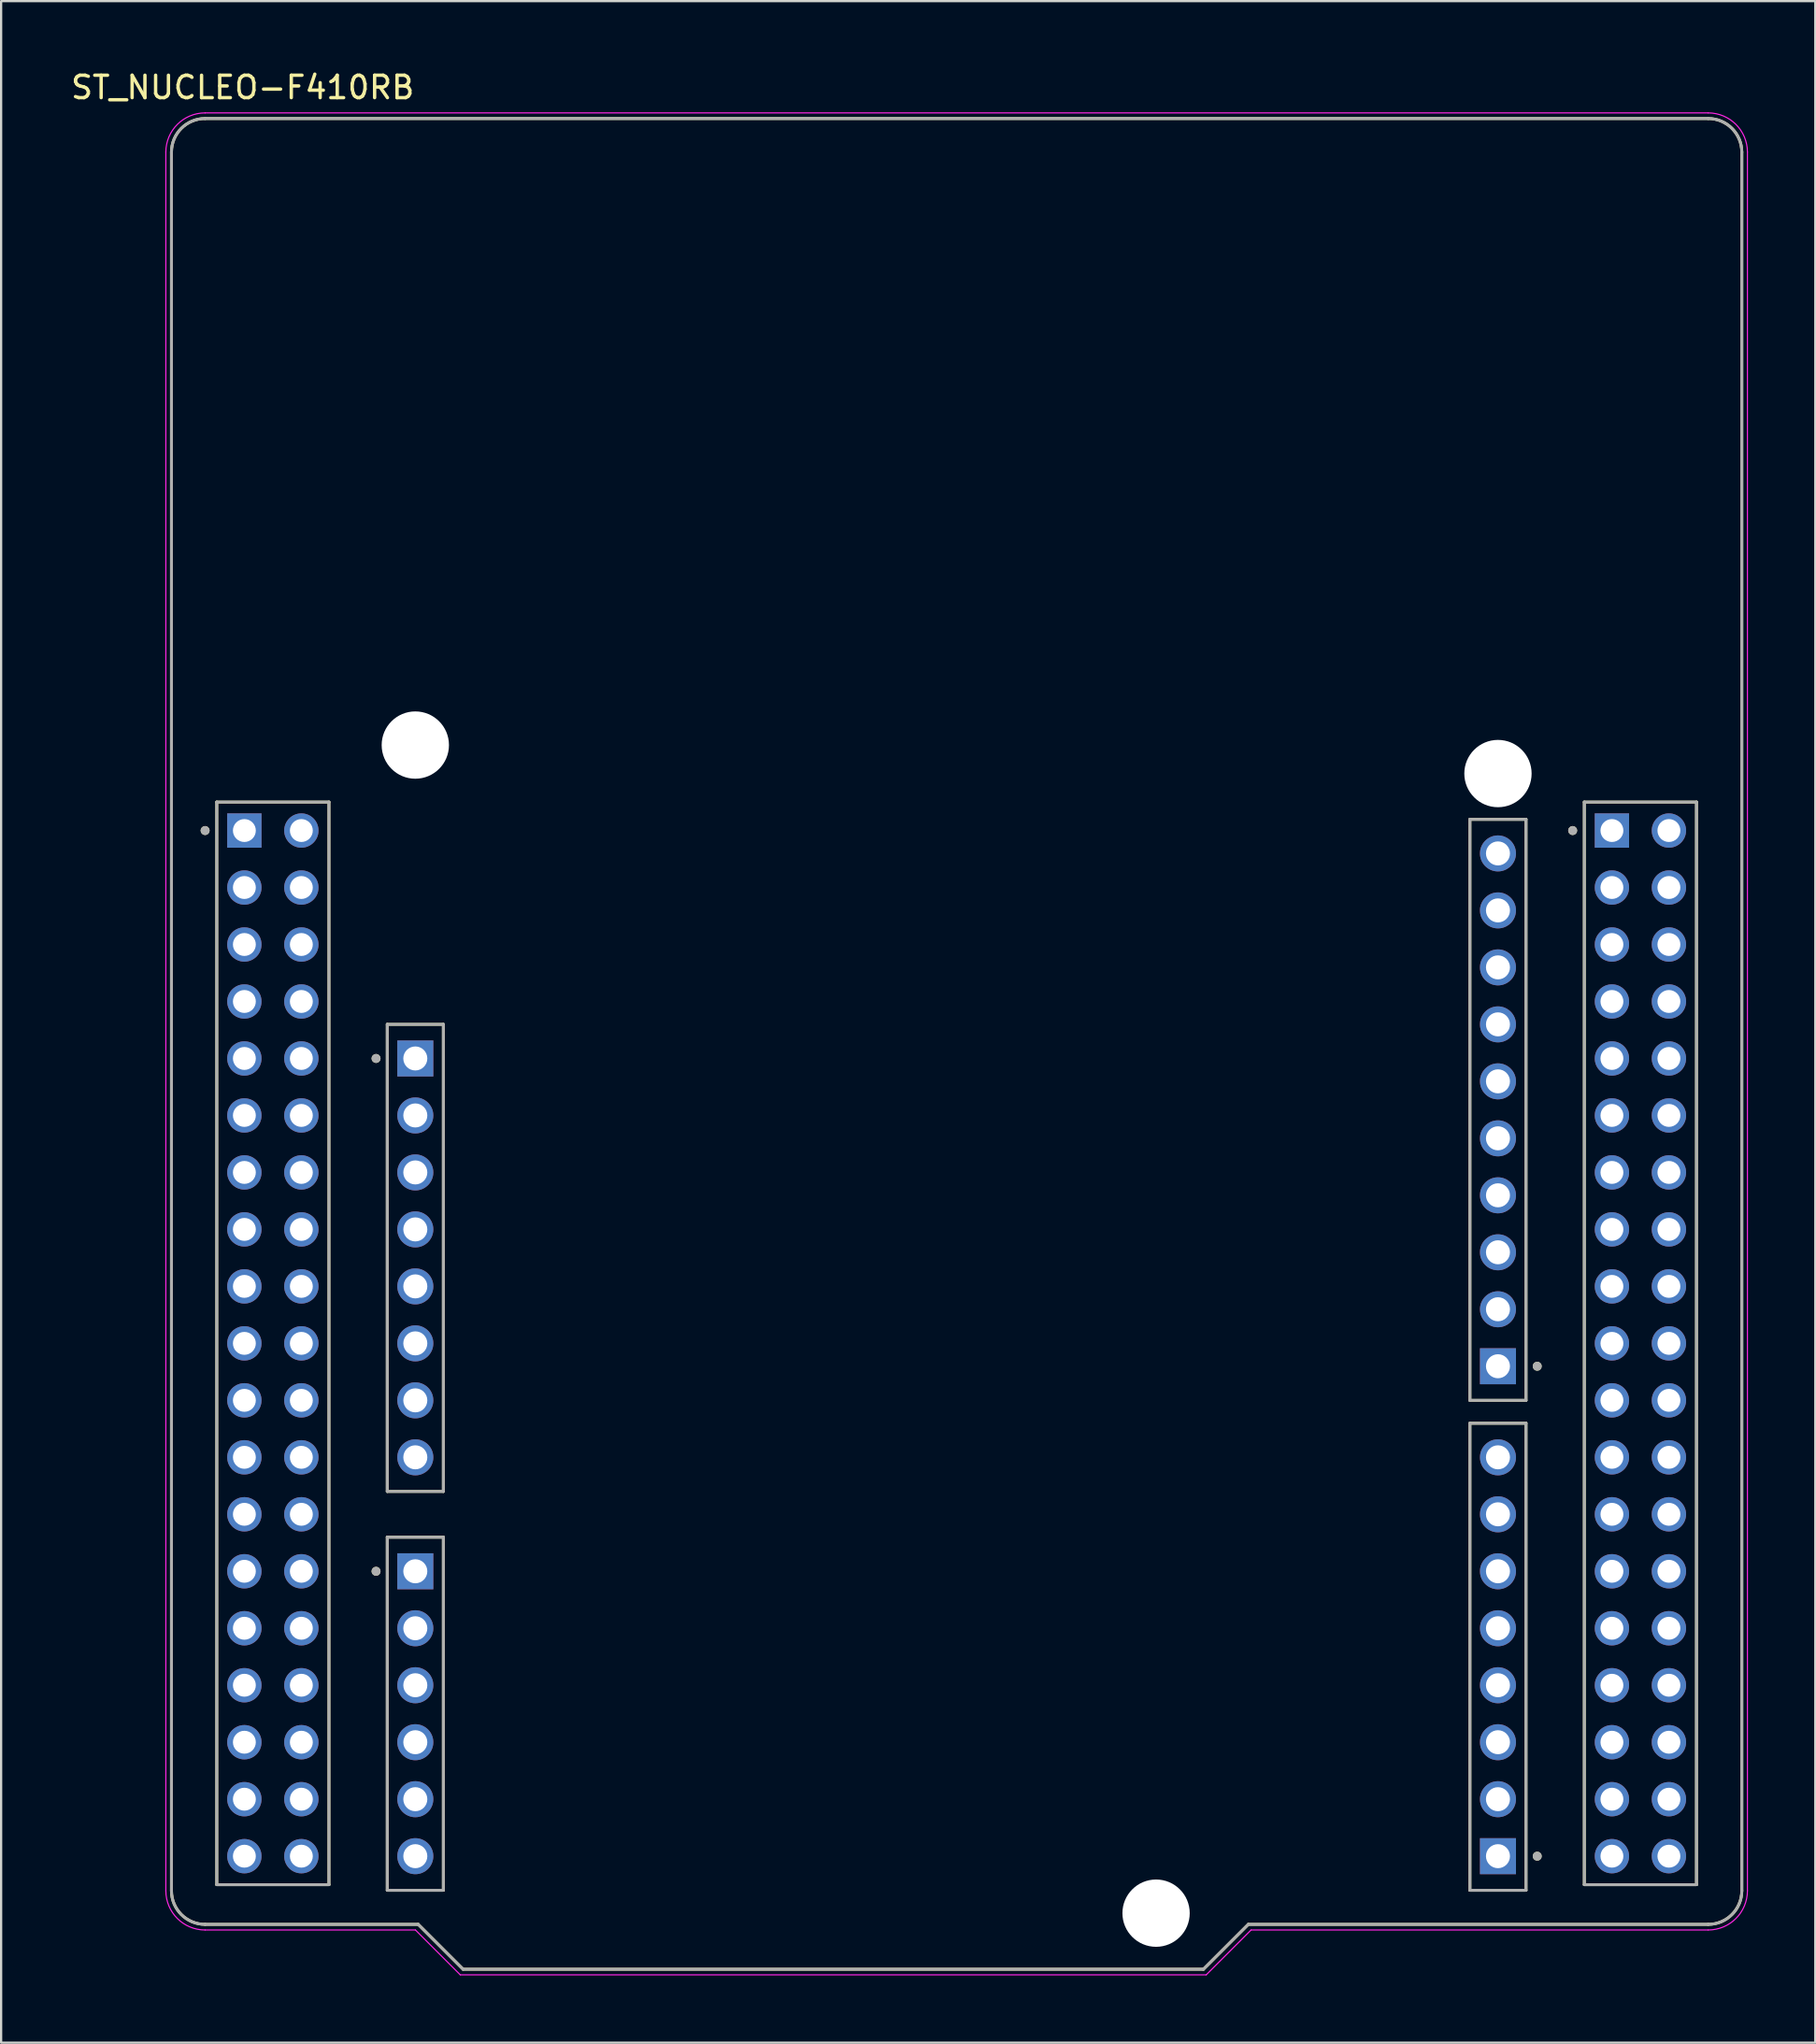
<source format=kicad_pcb>
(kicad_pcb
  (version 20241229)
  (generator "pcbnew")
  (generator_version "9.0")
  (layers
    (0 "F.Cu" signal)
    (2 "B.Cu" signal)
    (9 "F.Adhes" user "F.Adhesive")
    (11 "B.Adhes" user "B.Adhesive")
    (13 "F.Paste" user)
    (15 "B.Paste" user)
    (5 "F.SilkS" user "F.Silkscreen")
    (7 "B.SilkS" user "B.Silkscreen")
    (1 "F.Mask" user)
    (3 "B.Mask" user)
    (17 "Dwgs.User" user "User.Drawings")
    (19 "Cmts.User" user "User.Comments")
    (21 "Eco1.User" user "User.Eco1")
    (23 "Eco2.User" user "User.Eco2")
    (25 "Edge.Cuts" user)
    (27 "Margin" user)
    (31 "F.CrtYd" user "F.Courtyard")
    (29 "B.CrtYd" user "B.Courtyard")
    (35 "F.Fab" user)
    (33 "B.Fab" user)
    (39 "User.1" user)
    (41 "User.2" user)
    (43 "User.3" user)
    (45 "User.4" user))
  (footprint "ST_NUCLEO-F410RB"
    (layer "F.Cu")
    (at 39.593 43.483)
    (property "Reference" "ST_NUCLEO-F410RB" (at -31.825 -42.635 0) (layer "F.SilkS") (effects (font (size 1 1) (thickness 0.15))))
    (attr through_hole)
    (fp_line (start -35 37.75) (end -35 -39.75) (stroke (width 0.127) (type solid)) (layer "F.SilkS"))
    (fp_line (start -33.5 -41.25) (end 33.5 -41.25) (stroke (width 0.127) (type solid)) (layer "F.SilkS"))
    (fp_line (start -32.98 -10.78) (end -32.98 37.48) (stroke (width 0.127) (type solid)) (layer "F.SilkS"))
    (fp_line (start -32.98 37.48) (end -27.98 37.48) (stroke (width 0.127) (type solid)) (layer "F.SilkS"))
    (fp_line (start -27.98 -10.78) (end -32.98 -10.78) (stroke (width 0.127) (type solid)) (layer "F.SilkS"))
    (fp_line (start -27.98 37.48) (end -27.98 -10.78) (stroke (width 0.127) (type solid)) (layer "F.SilkS"))
    (fp_line (start -25.38 -0.87) (end -25.38 19.95) (stroke (width 0.127) (type solid)) (layer "F.SilkS"))
    (fp_line (start -25.38 19.95) (end -22.88 19.95) (stroke (width 0.127) (type solid)) (layer "F.SilkS"))
    (fp_line (start -25.38 21.99) (end -25.38 37.73) (stroke (width 0.127) (type solid)) (layer "F.SilkS"))
    (fp_line (start -25.38 37.73) (end -22.88 37.73) (stroke (width 0.127) (type solid)) (layer "F.SilkS"))
    (fp_line (start -24 39.25) (end -33.5 39.25) (stroke (width 0.127) (type solid)) (layer "F.SilkS"))
    (fp_line (start -22.88 -0.87) (end -25.38 -0.87) (stroke (width 0.127) (type solid)) (layer "F.SilkS"))
    (fp_line (start -22.88 19.95) (end -22.88 -0.87) (stroke (width 0.127) (type solid)) (layer "F.SilkS"))
    (fp_line (start -22.88 21.99) (end -25.38 21.99) (stroke (width 0.127) (type solid)) (layer "F.SilkS"))
    (fp_line (start -22.88 37.73) (end -22.88 21.99) (stroke (width 0.127) (type solid)) (layer "F.SilkS"))
    (fp_line (start -22 41.25) (end -24 39.25) (stroke (width 0.127) (type solid)) (layer "F.SilkS"))
    (fp_line (start 11 41.25) (end -22 41.25) (stroke (width 0.127) (type solid)) (layer "F.SilkS"))
    (fp_line (start 13 39.25) (end 11 41.25) (stroke (width 0.127) (type solid)) (layer "F.SilkS"))
    (fp_line (start 22.88 -10.01) (end 22.88 15.89) (stroke (width 0.127) (type solid)) (layer "F.SilkS"))
    (fp_line (start 22.88 15.89) (end 25.38 15.89) (stroke (width 0.127) (type solid)) (layer "F.SilkS"))
    (fp_line (start 22.88 16.91) (end 22.88 37.73) (stroke (width 0.127) (type solid)) (layer "F.SilkS"))
    (fp_line (start 22.88 37.73) (end 25.38 37.73) (stroke (width 0.127) (type solid)) (layer "F.SilkS"))
    (fp_line (start 25.38 -10.01) (end 22.88 -10.01) (stroke (width 0.127) (type solid)) (layer "F.SilkS"))
    (fp_line (start 25.38 15.89) (end 25.38 -10.01) (stroke (width 0.127) (type solid)) (layer "F.SilkS"))
    (fp_line (start 25.38 16.91) (end 22.88 16.91) (stroke (width 0.127) (type solid)) (layer "F.SilkS"))
    (fp_line (start 25.38 37.73) (end 25.38 16.91) (stroke (width 0.127) (type solid)) (layer "F.SilkS"))
    (fp_line (start 27.98 -10.78) (end 27.98 37.48) (stroke (width 0.127) (type solid)) (layer "F.SilkS"))
    (fp_line (start 27.98 37.48) (end 32.98 37.48) (stroke (width 0.127) (type solid)) (layer "F.SilkS"))
    (fp_line (start 32.98 -10.78) (end 27.98 -10.78) (stroke (width 0.127) (type solid)) (layer "F.SilkS"))
    (fp_line (start 32.98 37.48) (end 32.98 -10.78) (stroke (width 0.127) (type solid)) (layer "F.SilkS"))
    (fp_line (start 33.5 39.25) (end 13 39.25) (stroke (width 0.127) (type solid)) (layer "F.SilkS"))
    (fp_line (start 35 -39.75) (end 35 37.75) (stroke (width 0.127) (type solid)) (layer "F.SilkS"))
    (fp_arc (start -35 -39.75) (mid -34.56066 -40.81066) (end -33.5 -41.25) (stroke (width 0.127) (type solid)) (layer "F.SilkS"))
    (fp_arc (start -33.5 39.25) (mid -34.56066 38.81066) (end -35 37.75) (stroke (width 0.127) (type solid)) (layer "F.SilkS"))
    (fp_arc (start 33.5 -41.25) (mid 34.56066 -40.81066) (end 35 -39.75) (stroke (width 0.127) (type solid)) (layer "F.SilkS"))
    (fp_arc (start 35 37.75) (mid 34.56066 38.81066) (end 33.5 39.25) (stroke (width 0.127) (type solid)) (layer "F.SilkS"))
    (fp_circle (center -33.5 -9.51) (end -33.4 -9.51) (stroke (width 0.2) (type solid)) (fill no) (layer "F.SilkS"))
    (fp_circle (center -25.88 0.65) (end -25.78 0.65) (stroke (width 0.2) (type solid)) (fill no) (layer "F.SilkS"))
    (fp_circle (center -25.88 23.51) (end -25.78 23.51) (stroke (width 0.2) (type solid)) (fill no) (layer "F.SilkS"))
    (fp_circle (center 25.88 14.37) (end 25.98 14.37) (stroke (width 0.2) (type solid)) (fill no) (layer "F.SilkS"))
    (fp_circle (center 25.88 36.21) (end 25.98 36.21) (stroke (width 0.2) (type solid)) (fill no) (layer "F.SilkS"))
    (fp_circle (center 27.46 -9.51) (end 27.56 -9.51) (stroke (width 0.2) (type solid)) (fill no) (layer "F.SilkS"))
    (fp_line (start -35.25 37.75) (end -35.25 -39.75) (stroke (width 0.05) (type solid)) (layer "F.CrtYd"))
    (fp_line (start -33.5 -41.5) (end 33.5 -41.5) (stroke (width 0.05) (type solid)) (layer "F.CrtYd"))
    (fp_line (start -24.125 39.5) (end -33.5 39.5) (stroke (width 0.05) (type solid)) (layer "F.CrtYd"))
    (fp_line (start -22.125 41.5) (end -24.125 39.5) (stroke (width 0.05) (type solid)) (layer "F.CrtYd"))
    (fp_line (start 11.125 41.5) (end -22.125 41.5) (stroke (width 0.05) (type solid)) (layer "F.CrtYd"))
    (fp_line (start 13.125 39.5) (end 11.125 41.5) (stroke (width 0.05) (type solid)) (layer "F.CrtYd"))
    (fp_line (start 33.5 39.5) (end 13.125 39.5) (stroke (width 0.05) (type solid)) (layer "F.CrtYd"))
    (fp_line (start 35.25 -39.75) (end 35.25 37.75) (stroke (width 0.05) (type solid)) (layer "F.CrtYd"))
    (fp_arc (start -35.25 -39.75) (mid -34.737437 -40.987437) (end -33.5 -41.5) (stroke (width 0.05) (type solid)) (layer "F.CrtYd"))
    (fp_arc (start -33.5 39.5) (mid -34.737437 38.987437) (end -35.25 37.75) (stroke (width 0.05) (type solid)) (layer "F.CrtYd"))
    (fp_arc (start 33.5 -41.5) (mid 34.737437 -40.987437) (end 35.25 -39.75) (stroke (width 0.05) (type solid)) (layer "F.CrtYd"))
    (fp_arc (start 35.25 37.75) (mid 34.737437 38.987437) (end 33.5 39.5) (stroke (width 0.05) (type solid)) (layer "F.CrtYd"))
    (fp_line (start -35 37.75) (end -35 -39.75) (stroke (width 0.127) (type solid)) (layer "F.Fab"))
    (fp_line (start -33.5 -41.25) (end 33.5 -41.25) (stroke (width 0.127) (type solid)) (layer "F.Fab"))
    (fp_line (start -32.98 -10.78) (end -32.98 37.48) (stroke (width 0.127) (type solid)) (layer "F.Fab"))
    (fp_line (start -32.98 37.48) (end -27.98 37.48) (stroke (width 0.127) (type solid)) (layer "F.Fab"))
    (fp_line (start -27.98 -10.78) (end -32.98 -10.78) (stroke (width 0.127) (type solid)) (layer "F.Fab"))
    (fp_line (start -27.98 37.48) (end -27.98 -10.78) (stroke (width 0.127) (type solid)) (layer "F.Fab"))
    (fp_line (start -25.38 -0.87) (end -25.38 19.95) (stroke (width 0.127) (type solid)) (layer "F.Fab"))
    (fp_line (start -25.38 19.95) (end -22.88 19.95) (stroke (width 0.127) (type solid)) (layer "F.Fab"))
    (fp_line (start -25.38 21.99) (end -25.38 37.73) (stroke (width 0.127) (type solid)) (layer "F.Fab"))
    (fp_line (start -25.38 37.73) (end -22.88 37.73) (stroke (width 0.127) (type solid)) (layer "F.Fab"))
    (fp_line (start -24 39.25) (end -33.5 39.25) (stroke (width 0.127) (type solid)) (layer "F.Fab"))
    (fp_line (start -22.88 -0.87) (end -25.38 -0.87) (stroke (width 0.127) (type solid)) (layer "F.Fab"))
    (fp_line (start -22.88 19.95) (end -22.88 -0.87) (stroke (width 0.127) (type solid)) (layer "F.Fab"))
    (fp_line (start -22.88 21.99) (end -25.38 21.99) (stroke (width 0.127) (type solid)) (layer "F.Fab"))
    (fp_line (start -22.88 37.73) (end -22.88 21.99) (stroke (width 0.127) (type solid)) (layer "F.Fab"))
    (fp_line (start -22 41.25) (end -24 39.25) (stroke (width 0.127) (type solid)) (layer "F.Fab"))
    (fp_line (start 11 41.25) (end -22 41.25) (stroke (width 0.127) (type solid)) (layer "F.Fab"))
    (fp_line (start 13 39.25) (end 11 41.25) (stroke (width 0.127) (type solid)) (layer "F.Fab"))
    (fp_line (start 22.88 -10.01) (end 22.88 15.89) (stroke (width 0.127) (type solid)) (layer "F.Fab"))
    (fp_line (start 22.88 15.89) (end 25.38 15.89) (stroke (width 0.127) (type solid)) (layer "F.Fab"))
    (fp_line (start 22.88 16.91) (end 22.88 37.73) (stroke (width 0.127) (type solid)) (layer "F.Fab"))
    (fp_line (start 22.88 37.73) (end 25.38 37.73) (stroke (width 0.127) (type solid)) (layer "F.Fab"))
    (fp_line (start 25.38 -10.01) (end 22.88 -10.01) (stroke (width 0.127) (type solid)) (layer "F.Fab"))
    (fp_line (start 25.38 15.89) (end 25.38 -10.01) (stroke (width 0.127) (type solid)) (layer "F.Fab"))
    (fp_line (start 25.38 16.91) (end 22.88 16.91) (stroke (width 0.127) (type solid)) (layer "F.Fab"))
    (fp_line (start 25.38 37.73) (end 25.38 16.91) (stroke (width 0.127) (type solid)) (layer "F.Fab"))
    (fp_line (start 27.98 -10.78) (end 27.98 37.48) (stroke (width 0.127) (type solid)) (layer "F.Fab"))
    (fp_line (start 27.98 37.48) (end 32.98 37.48) (stroke (width 0.127) (type solid)) (layer "F.Fab"))
    (fp_line (start 32.98 -10.78) (end 27.98 -10.78) (stroke (width 0.127) (type solid)) (layer "F.Fab"))
    (fp_line (start 32.98 37.48) (end 32.98 -10.78) (stroke (width 0.127) (type solid)) (layer "F.Fab"))
    (fp_line (start 33.5 39.25) (end 13 39.25) (stroke (width 0.127) (type solid)) (layer "F.Fab"))
    (fp_line (start 35 -39.75) (end 35 37.75) (stroke (width 0.127) (type solid)) (layer "F.Fab"))
    (fp_arc (start -35 -39.75) (mid -34.56066 -40.81066) (end -33.5 -41.25) (stroke (width 0.127) (type solid)) (layer "F.Fab"))
    (fp_arc (start -33.5 39.25) (mid -34.56066 38.81066) (end -35 37.75) (stroke (width 0.127) (type solid)) (layer "F.Fab"))
    (fp_arc (start 33.5 -41.25) (mid 34.56066 -40.81066) (end 35 -39.75) (stroke (width 0.127) (type solid)) (layer "F.Fab"))
    (fp_arc (start 35 37.75) (mid 34.56066 38.81066) (end 33.5 39.25) (stroke (width 0.127) (type solid)) (layer "F.Fab"))
    (fp_circle (center -33.5 -9.51) (end -33.4 -9.51) (stroke (width 0.2) (type solid)) (fill no) (layer "F.Fab"))
    (fp_circle (center -25.88 0.65) (end -25.78 0.65) (stroke (width 0.2) (type solid)) (fill no) (layer "F.Fab"))
    (fp_circle (center -25.88 23.51) (end -25.78 23.51) (stroke (width 0.2) (type solid)) (fill no) (layer "F.Fab"))
    (fp_circle (center 25.88 14.37) (end 25.98 14.37) (stroke (width 0.2) (type solid)) (fill no) (layer "F.Fab"))
    (fp_circle (center 25.88 36.21) (end 25.98 36.21) (stroke (width 0.2) (type solid)) (fill no) (layer "F.Fab"))
    (fp_circle (center 27.46 -9.51) (end 27.56 -9.51) (stroke (width 0.2) (type solid)) (fill no) (layer "F.Fab"))
    (pad "" np_thru_hole circle (at -24.13 -13.32) (size 3 3) (drill 3) (layers "*.Cu" "*.Mask"))
    (pad "" np_thru_hole circle (at 8.89 38.75) (size 3 3) (drill 3) (layers "*.Cu" "*.Mask"))
    (pad "" np_thru_hole circle (at 24.13 -12.05) (size 3 3) (drill 3) (layers "*.Cu" "*.Mask"))
    (pad "CN5_1" thru_hole rect (at 24.13 14.37) (size 1.605 1.605) (drill 1.07) (layers "*.Cu" "*.Mask"))
    (pad "CN5_2" thru_hole circle (at 24.13 11.83) (size 1.605 1.605) (drill 1.07) (layers "*.Cu" "*.Mask"))
    (pad "CN5_3" thru_hole circle (at 24.13 9.29) (size 1.605 1.605) (drill 1.07) (layers "*.Cu" "*.Mask"))
    (pad "CN5_4" thru_hole circle (at 24.13 6.75) (size 1.605 1.605) (drill 1.07) (layers "*.Cu" "*.Mask"))
    (pad "CN5_5" thru_hole circle (at 24.13 4.21) (size 1.605 1.605) (drill 1.07) (layers "*.Cu" "*.Mask"))
    (pad "CN5_6" thru_hole circle (at 24.13 1.67) (size 1.605 1.605) (drill 1.07) (layers "*.Cu" "*.Mask"))
    (pad "CN5_7" thru_hole circle (at 24.13 -0.87) (size 1.605 1.605) (drill 1.07) (layers "*.Cu" "*.Mask"))
    (pad "CN5_8" thru_hole circle (at 24.13 -3.41) (size 1.605 1.605) (drill 1.07) (layers "*.Cu" "*.Mask"))
    (pad "CN5_9" thru_hole circle (at 24.13 -5.95) (size 1.605 1.605) (drill 1.07) (layers "*.Cu" "*.Mask"))
    (pad "CN5_10" thru_hole circle (at 24.13 -8.49) (size 1.605 1.605) (drill 1.07) (layers "*.Cu" "*.Mask"))
    (pad "CN6_1" thru_hole rect (at -24.13 0.65) (size 1.605 1.605) (drill 1.07) (layers "*.Cu" "*.Mask"))
    (pad "CN6_2" thru_hole circle (at -24.13 3.19) (size 1.605 1.605) (drill 1.07) (layers "*.Cu" "*.Mask"))
    (pad "CN6_3" thru_hole circle (at -24.13 5.73) (size 1.605 1.605) (drill 1.07) (layers "*.Cu" "*.Mask"))
    (pad "CN6_4" thru_hole circle (at -24.13 8.27) (size 1.605 1.605) (drill 1.07) (layers "*.Cu" "*.Mask"))
    (pad "CN6_5" thru_hole circle (at -24.13 10.81) (size 1.605 1.605) (drill 1.07) (layers "*.Cu" "*.Mask"))
    (pad "CN6_6" thru_hole circle (at -24.13 13.35) (size 1.605 1.605) (drill 1.07) (layers "*.Cu" "*.Mask"))
    (pad "CN6_7" thru_hole circle (at -24.13 15.89) (size 1.605 1.605) (drill 1.07) (layers "*.Cu" "*.Mask"))
    (pad "CN6_8" thru_hole circle (at -24.13 18.43) (size 1.605 1.605) (drill 1.07) (layers "*.Cu" "*.Mask"))
    (pad "CN7_1" thru_hole rect (at -31.75 -9.51) (size 1.53 1.53) (drill 1.02) (layers "*.Cu" "*.Mask"))
    (pad "CN7_2" thru_hole circle (at -29.21 -9.51) (size 1.53 1.53) (drill 1.02) (layers "*.Cu" "*.Mask"))
    (pad "CN7_3" thru_hole circle (at -31.75 -6.97) (size 1.53 1.53) (drill 1.02) (layers "*.Cu" "*.Mask"))
    (pad "CN7_4" thru_hole circle (at -29.21 -6.97) (size 1.53 1.53) (drill 1.02) (layers "*.Cu" "*.Mask"))
    (pad "CN7_5" thru_hole circle (at -31.75 -4.43) (size 1.53 1.53) (drill 1.02) (layers "*.Cu" "*.Mask"))
    (pad "CN7_6" thru_hole circle (at -29.21 -4.43) (size 1.53 1.53) (drill 1.02) (layers "*.Cu" "*.Mask"))
    (pad "CN7_7" thru_hole circle (at -31.75 -1.89) (size 1.53 1.53) (drill 1.02) (layers "*.Cu" "*.Mask"))
    (pad "CN7_8" thru_hole circle (at -29.21 -1.89) (size 1.53 1.53) (drill 1.02) (layers "*.Cu" "*.Mask"))
    (pad "CN7_9" thru_hole circle (at -31.75 0.65) (size 1.53 1.53) (drill 1.02) (layers "*.Cu" "*.Mask"))
    (pad "CN7_10" thru_hole circle (at -29.21 0.65) (size 1.53 1.53) (drill 1.02) (layers "*.Cu" "*.Mask"))
    (pad "CN7_11" thru_hole circle (at -31.75 3.19) (size 1.53 1.53) (drill 1.02) (layers "*.Cu" "*.Mask"))
    (pad "CN7_12" thru_hole circle (at -29.21 3.19) (size 1.53 1.53) (drill 1.02) (layers "*.Cu" "*.Mask"))
    (pad "CN7_13" thru_hole circle (at -31.75 5.73) (size 1.53 1.53) (drill 1.02) (layers "*.Cu" "*.Mask"))
    (pad "CN7_14" thru_hole circle (at -29.21 5.73) (size 1.53 1.53) (drill 1.02) (layers "*.Cu" "*.Mask"))
    (pad "CN7_15" thru_hole circle (at -31.75 8.27) (size 1.53 1.53) (drill 1.02) (layers "*.Cu" "*.Mask"))
    (pad "CN7_16" thru_hole circle (at -29.21 8.27) (size 1.53 1.53) (drill 1.02) (layers "*.Cu" "*.Mask"))
    (pad "CN7_17" thru_hole circle (at -31.75 10.81) (size 1.53 1.53) (drill 1.02) (layers "*.Cu" "*.Mask"))
    (pad "CN7_18" thru_hole circle (at -29.21 10.81) (size 1.53 1.53) (drill 1.02) (layers "*.Cu" "*.Mask"))
    (pad "CN7_19" thru_hole circle (at -31.75 13.35) (size 1.53 1.53) (drill 1.02) (layers "*.Cu" "*.Mask"))
    (pad "CN7_20" thru_hole circle (at -29.21 13.35) (size 1.53 1.53) (drill 1.02) (layers "*.Cu" "*.Mask"))
    (pad "CN7_21" thru_hole circle (at -31.75 15.89) (size 1.53 1.53) (drill 1.02) (layers "*.Cu" "*.Mask"))
    (pad "CN7_22" thru_hole circle (at -29.21 15.89) (size 1.53 1.53) (drill 1.02) (layers "*.Cu" "*.Mask"))
    (pad "CN7_23" thru_hole circle (at -31.75 18.43) (size 1.53 1.53) (drill 1.02) (layers "*.Cu" "*.Mask"))
    (pad "CN7_24" thru_hole circle (at -29.21 18.43) (size 1.53 1.53) (drill 1.02) (layers "*.Cu" "*.Mask"))
    (pad "CN7_25" thru_hole circle (at -31.75 20.97) (size 1.53 1.53) (drill 1.02) (layers "*.Cu" "*.Mask"))
    (pad "CN7_26" thru_hole circle (at -29.21 20.97) (size 1.53 1.53) (drill 1.02) (layers "*.Cu" "*.Mask"))
    (pad "CN7_27" thru_hole circle (at -31.75 23.51) (size 1.53 1.53) (drill 1.02) (layers "*.Cu" "*.Mask"))
    (pad "CN7_28" thru_hole circle (at -29.21 23.51) (size 1.53 1.53) (drill 1.02) (layers "*.Cu" "*.Mask"))
    (pad "CN7_29" thru_hole circle (at -31.75 26.05) (size 1.53 1.53) (drill 1.02) (layers "*.Cu" "*.Mask"))
    (pad "CN7_30" thru_hole circle (at -29.21 26.05) (size 1.53 1.53) (drill 1.02) (layers "*.Cu" "*.Mask"))
    (pad "CN7_31" thru_hole circle (at -31.75 28.59) (size 1.53 1.53) (drill 1.02) (layers "*.Cu" "*.Mask"))
    (pad "CN7_32" thru_hole circle (at -29.21 28.59) (size 1.53 1.53) (drill 1.02) (layers "*.Cu" "*.Mask"))
    (pad "CN7_33" thru_hole circle (at -31.75 31.13) (size 1.53 1.53) (drill 1.02) (layers "*.Cu" "*.Mask"))
    (pad "CN7_34" thru_hole circle (at -29.21 31.13) (size 1.53 1.53) (drill 1.02) (layers "*.Cu" "*.Mask"))
    (pad "CN7_35" thru_hole circle (at -31.75 33.67) (size 1.53 1.53) (drill 1.02) (layers "*.Cu" "*.Mask"))
    (pad "CN7_36" thru_hole circle (at -29.21 33.67) (size 1.53 1.53) (drill 1.02) (layers "*.Cu" "*.Mask"))
    (pad "CN7_37" thru_hole circle (at -31.75 36.21) (size 1.53 1.53) (drill 1.02) (layers "*.Cu" "*.Mask"))
    (pad "CN7_38" thru_hole circle (at -29.21 36.21) (size 1.53 1.53) (drill 1.02) (layers "*.Cu" "*.Mask"))
    (pad "CN8_1" thru_hole rect (at -24.13 23.51) (size 1.605 1.605) (drill 1.07) (layers "*.Cu" "*.Mask"))
    (pad "CN8_2" thru_hole circle (at -24.13 26.05) (size 1.605 1.605) (drill 1.07) (layers "*.Cu" "*.Mask"))
    (pad "CN8_3" thru_hole circle (at -24.13 28.59) (size 1.605 1.605) (drill 1.07) (layers "*.Cu" "*.Mask"))
    (pad "CN8_4" thru_hole circle (at -24.13 31.13) (size 1.605 1.605) (drill 1.07) (layers "*.Cu" "*.Mask"))
    (pad "CN8_5" thru_hole circle (at -24.13 33.67) (size 1.605 1.605) (drill 1.07) (layers "*.Cu" "*.Mask"))
    (pad "CN8_6" thru_hole circle (at -24.13 36.21) (size 1.605 1.605) (drill 1.07) (layers "*.Cu" "*.Mask"))
    (pad "CN9_1" thru_hole rect (at 24.13 36.21) (size 1.605 1.605) (drill 1.07) (layers "*.Cu" "*.Mask"))
    (pad "CN9_2" thru_hole circle (at 24.13 33.67) (size 1.605 1.605) (drill 1.07) (layers "*.Cu" "*.Mask"))
    (pad "CN9_3" thru_hole circle (at 24.13 31.13) (size 1.605 1.605) (drill 1.07) (layers "*.Cu" "*.Mask"))
    (pad "CN9_4" thru_hole circle (at 24.13 28.59) (size 1.605 1.605) (drill 1.07) (layers "*.Cu" "*.Mask"))
    (pad "CN9_5" thru_hole circle (at 24.13 26.05) (size 1.605 1.605) (drill 1.07) (layers "*.Cu" "*.Mask"))
    (pad "CN9_6" thru_hole circle (at 24.13 23.51) (size 1.605 1.605) (drill 1.07) (layers "*.Cu" "*.Mask"))
    (pad "CN9_7" thru_hole circle (at 24.13 20.97) (size 1.605 1.605) (drill 1.07) (layers "*.Cu" "*.Mask"))
    (pad "CN9_8" thru_hole circle (at 24.13 18.43) (size 1.605 1.605) (drill 1.07) (layers "*.Cu" "*.Mask"))
    (pad "CN10_1" thru_hole rect (at 29.21 -9.51) (size 1.53 1.53) (drill 1.02) (layers "*.Cu" "*.Mask"))
    (pad "CN10_2" thru_hole circle (at 31.75 -9.51) (size 1.53 1.53) (drill 1.02) (layers "*.Cu" "*.Mask"))
    (pad "CN10_3" thru_hole circle (at 29.21 -6.97) (size 1.53 1.53) (drill 1.02) (layers "*.Cu" "*.Mask"))
    (pad "CN10_4" thru_hole circle (at 31.75 -6.97) (size 1.53 1.53) (drill 1.02) (layers "*.Cu" "*.Mask"))
    (pad "CN10_5" thru_hole circle (at 29.21 -4.43) (size 1.53 1.53) (drill 1.02) (layers "*.Cu" "*.Mask"))
    (pad "CN10_6" thru_hole circle (at 31.75 -4.43) (size 1.53 1.53) (drill 1.02) (layers "*.Cu" "*.Mask"))
    (pad "CN10_7" thru_hole circle (at 29.21 -1.89) (size 1.53 1.53) (drill 1.02) (layers "*.Cu" "*.Mask"))
    (pad "CN10_8" thru_hole circle (at 31.75 -1.89) (size 1.53 1.53) (drill 1.02) (layers "*.Cu" "*.Mask"))
    (pad "CN10_9" thru_hole circle (at 29.21 0.65) (size 1.53 1.53) (drill 1.02) (layers "*.Cu" "*.Mask"))
    (pad "CN10_10" thru_hole circle (at 31.75 0.65) (size 1.53 1.53) (drill 1.02) (layers "*.Cu" "*.Mask"))
    (pad "CN10_11" thru_hole circle (at 29.21 3.19) (size 1.53 1.53) (drill 1.02) (layers "*.Cu" "*.Mask"))
    (pad "CN10_12" thru_hole circle (at 31.75 3.19) (size 1.53 1.53) (drill 1.02) (layers "*.Cu" "*.Mask"))
    (pad "CN10_13" thru_hole circle (at 29.21 5.73) (size 1.53 1.53) (drill 1.02) (layers "*.Cu" "*.Mask"))
    (pad "CN10_14" thru_hole circle (at 31.75 5.73) (size 1.53 1.53) (drill 1.02) (layers "*.Cu" "*.Mask"))
    (pad "CN10_15" thru_hole circle (at 29.21 8.27) (size 1.53 1.53) (drill 1.02) (layers "*.Cu" "*.Mask"))
    (pad "CN10_16" thru_hole circle (at 31.75 8.27) (size 1.53 1.53) (drill 1.02) (layers "*.Cu" "*.Mask"))
    (pad "CN10_17" thru_hole circle (at 29.21 10.81) (size 1.53 1.53) (drill 1.02) (layers "*.Cu" "*.Mask"))
    (pad "CN10_18" thru_hole circle (at 31.75 10.81) (size 1.53 1.53) (drill 1.02) (layers "*.Cu" "*.Mask"))
    (pad "CN10_19" thru_hole circle (at 29.21 13.35) (size 1.53 1.53) (drill 1.02) (layers "*.Cu" "*.Mask"))
    (pad "CN10_20" thru_hole circle (at 31.75 13.35) (size 1.53 1.53) (drill 1.02) (layers "*.Cu" "*.Mask"))
    (pad "CN10_21" thru_hole circle (at 29.21 15.89) (size 1.53 1.53) (drill 1.02) (layers "*.Cu" "*.Mask"))
    (pad "CN10_22" thru_hole circle (at 31.75 15.89) (size 1.53 1.53) (drill 1.02) (layers "*.Cu" "*.Mask"))
    (pad "CN10_23" thru_hole circle (at 29.21 18.43) (size 1.53 1.53) (drill 1.02) (layers "*.Cu" "*.Mask"))
    (pad "CN10_24" thru_hole circle (at 31.75 18.43) (size 1.53 1.53) (drill 1.02) (layers "*.Cu" "*.Mask"))
    (pad "CN10_25" thru_hole circle (at 29.21 20.97) (size 1.53 1.53) (drill 1.02) (layers "*.Cu" "*.Mask"))
    (pad "CN10_26" thru_hole circle (at 31.75 20.97) (size 1.53 1.53) (drill 1.02) (layers "*.Cu" "*.Mask"))
    (pad "CN10_27" thru_hole circle (at 29.21 23.51) (size 1.53 1.53) (drill 1.02) (layers "*.Cu" "*.Mask"))
    (pad "CN10_28" thru_hole circle (at 31.75 23.51) (size 1.53 1.53) (drill 1.02) (layers "*.Cu" "*.Mask"))
    (pad "CN10_29" thru_hole circle (at 29.21 26.05) (size 1.53 1.53) (drill 1.02) (layers "*.Cu" "*.Mask"))
    (pad "CN10_30" thru_hole circle (at 31.75 26.05) (size 1.53 1.53) (drill 1.02) (layers "*.Cu" "*.Mask"))
    (pad "CN10_31" thru_hole circle (at 29.21 28.59) (size 1.53 1.53) (drill 1.02) (layers "*.Cu" "*.Mask"))
    (pad "CN10_32" thru_hole circle (at 31.75 28.59) (size 1.53 1.53) (drill 1.02) (layers "*.Cu" "*.Mask"))
    (pad "CN10_33" thru_hole circle (at 29.21 31.13) (size 1.53 1.53) (drill 1.02) (layers "*.Cu" "*.Mask"))
    (pad "CN10_34" thru_hole circle (at 31.75 31.13) (size 1.53 1.53) (drill 1.02) (layers "*.Cu" "*.Mask"))
    (pad "CN10_35" thru_hole circle (at 29.21 33.67) (size 1.53 1.53) (drill 1.02) (layers "*.Cu" "*.Mask"))
    (pad "CN10_36" thru_hole circle (at 31.75 33.67) (size 1.53 1.53) (drill 1.02) (layers "*.Cu" "*.Mask"))
    (pad "CN10_37" thru_hole circle (at 29.21 36.21) (size 1.53 1.53) (drill 1.02) (layers "*.Cu" "*.Mask"))
    (pad "CN10_38" thru_hole circle (at 31.75 36.21) (size 1.53 1.53) (drill 1.02) (layers "*.Cu" "*.Mask")))
  (gr_rect
    (start -3 -3)
    (end 77.868 88.008)
    (stroke (width 0.1) (type default))
    (fill no)
    (layer "Edge.Cuts")))
</source>
